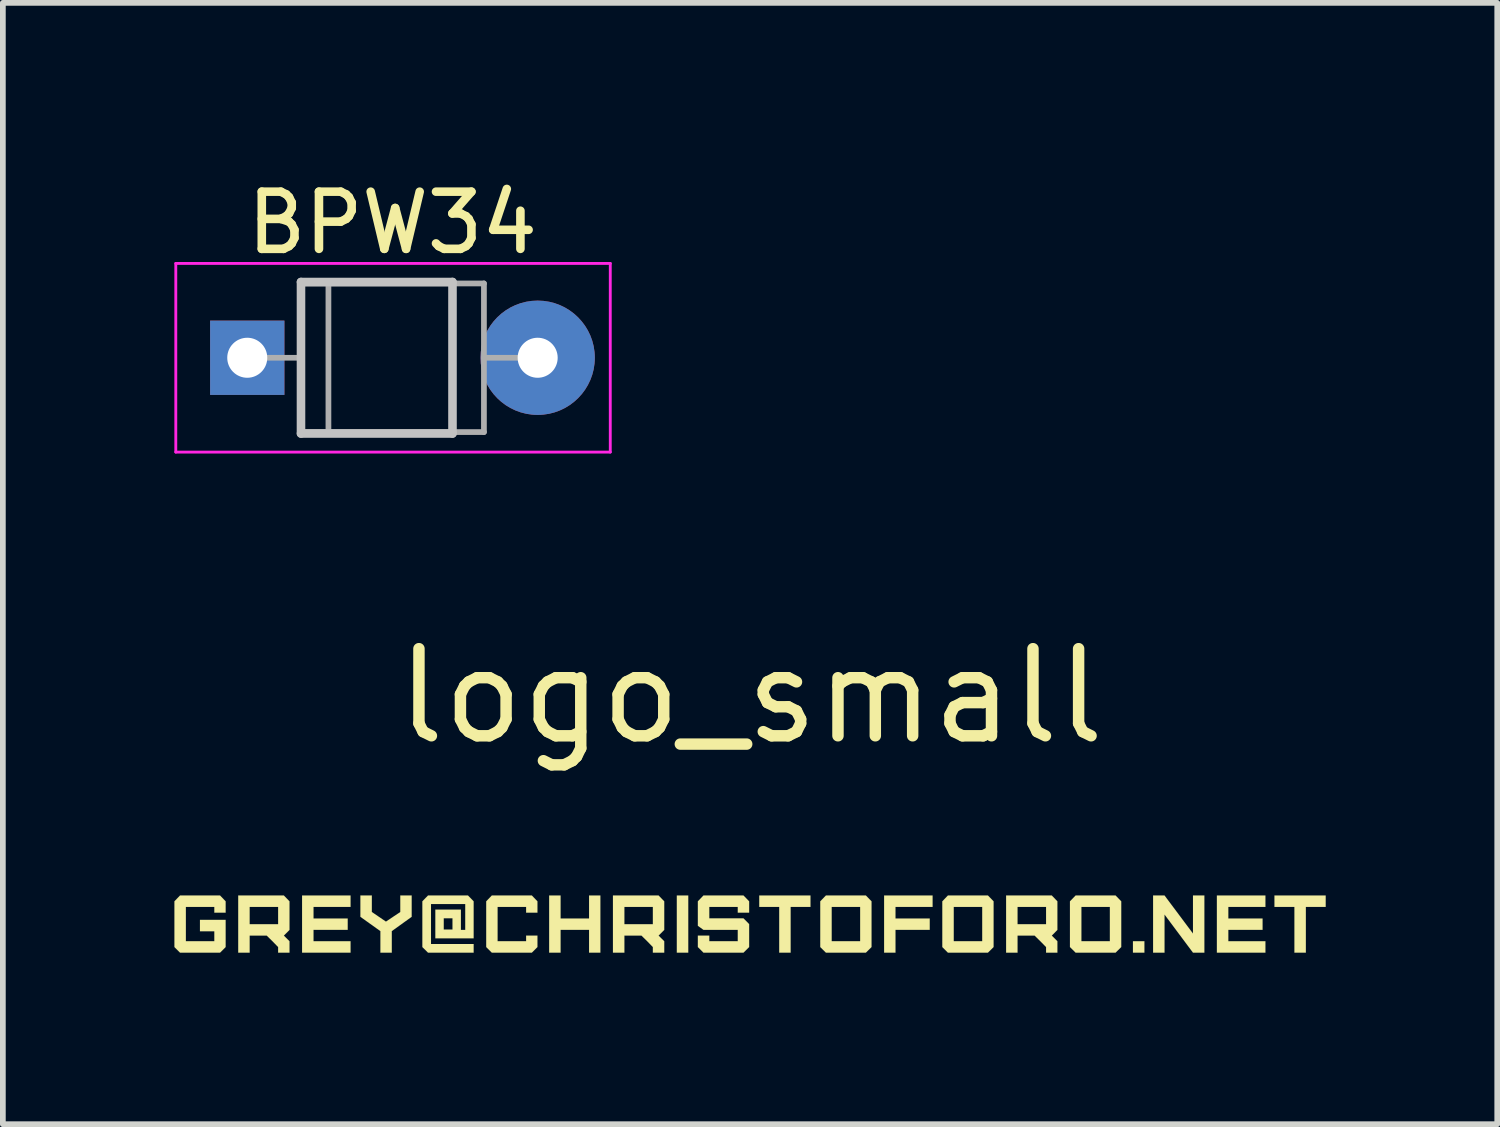
<source format=kicad_pcb>
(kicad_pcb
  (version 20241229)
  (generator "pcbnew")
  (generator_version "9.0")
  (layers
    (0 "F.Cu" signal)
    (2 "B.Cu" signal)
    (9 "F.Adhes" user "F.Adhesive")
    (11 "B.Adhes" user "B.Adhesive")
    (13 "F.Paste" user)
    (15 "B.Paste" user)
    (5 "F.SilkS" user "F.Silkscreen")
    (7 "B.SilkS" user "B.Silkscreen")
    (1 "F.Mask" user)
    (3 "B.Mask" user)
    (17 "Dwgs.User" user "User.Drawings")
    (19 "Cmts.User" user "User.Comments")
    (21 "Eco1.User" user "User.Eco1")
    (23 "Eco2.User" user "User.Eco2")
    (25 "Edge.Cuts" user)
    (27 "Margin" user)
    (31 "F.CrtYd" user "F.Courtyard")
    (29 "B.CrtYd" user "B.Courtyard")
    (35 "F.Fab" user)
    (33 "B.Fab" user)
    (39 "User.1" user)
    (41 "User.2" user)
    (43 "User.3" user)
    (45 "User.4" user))
  (footprint "logo_small"
    (layer "F.Cu")
    (at 10.084 13.126)
    (property "Reference" "logo_small" (at 0 -4 0) (layer "F.SilkS") (effects (font (size 1.524 1.524) (thickness 0.2))))
    (attr through_hole)
    (fp_poly (pts (xy -1.295 -0.512) (xy -1.295 0.488) (xy -1.095 0.488) (xy -1.095 -0.512)) (stroke (width 0.001) (type solid)) (fill yes) (layer "F.SilkS"))
    (fp_poly (pts (xy 6.884 0.288) (xy 6.684 0.288) (xy 6.684 0.488) (xy 6.884 0.488)) (stroke (width 0.001) (type solid)) (fill yes) (layer "F.SilkS"))
    (fp_poly (pts (xy 1.043 -0.512) (xy 0.147 -0.512) (xy 0.147 -0.312) (xy 0.496 -0.312) (xy 0.496 0.488) (xy 0.696 0.488) (xy 0.696 -0.312) (xy 1.043 -0.312)) (stroke (width 0.001) (type solid)) (fill yes) (layer "F.SilkS"))
    (fp_poly (pts (xy 10.055 -0.512) (xy 9.159 -0.512) (xy 9.159 -0.312) (xy 9.508 -0.312) (xy 9.508 0.488) (xy 9.708 0.488) (xy 9.708 -0.312) (xy 10.055 -0.312)) (stroke (width 0.001) (type solid)) (fill yes) (layer "F.SilkS"))
    (fp_poly (pts (xy 2.331 -0.512) (xy 2.331 0.488) (xy 2.53 0.488) (xy 2.53 0.089) (xy 3.129 0.089) (xy 3.129 -0.11) (xy 2.53 -0.11) (xy 2.53 -0.312) (xy 3.179 -0.312) (xy 3.179 -0.512)) (stroke (width 0.001) (type solid)) (fill yes) (layer "F.SilkS"))
    (fp_poly (pts (xy 7.236 -0.512) (xy 7.036 -0.512) (xy 7.036 0.488) (xy 7.236 0.488) (xy 7.236 -0.179) (xy 7.734 0.488) (xy 7.933 0.488) (xy 7.933 -0.512) (xy 7.734 -0.512) (xy 7.734 0.154)) (stroke (width 0.001) (type solid)) (fill yes) (layer "F.SilkS"))
    (fp_poly (pts (xy -7.65 0.089) (xy -7.052 0.089) (xy -7.052 -0.11) (xy -7.65 -0.11) (xy -7.65 -0.312) (xy -7.002 -0.312) (xy -7.002 -0.512) (xy -7.85 -0.512) (xy -7.85 0.488) (xy -7.002 0.488) (xy -7.002 0.288) (xy -7.65 0.288)) (stroke (width 0.001) (type solid)) (fill yes) (layer "F.SilkS"))
    (fp_poly (pts (xy -3.328 -0.512) (xy -3.528 -0.512) (xy -3.528 0.488) (xy -3.328 0.488) (xy -3.328 0.089) (xy -2.83 0.089) (xy -2.83 0.488) (xy -2.632 0.488) (xy -2.632 -0.512) (xy -2.83 -0.512) (xy -2.83 -0.11) (xy -3.328 -0.11)) (stroke (width 0.001) (type solid)) (fill yes) (layer "F.SilkS"))
    (fp_poly (pts (xy 9.001 -0.512) (xy 8.152 -0.512) (xy 8.152 0.488) (xy 9.001 0.488) (xy 9.001 0.288) (xy 8.352 0.288) (xy 8.352 0.089) (xy 8.951 0.089) (xy 8.951 -0.11) (xy 8.352 -0.11) (xy 8.352 -0.312) (xy 9.001 -0.312)) (stroke (width 0.001) (type solid)) (fill yes) (layer "F.SilkS"))
    (fp_poly (pts (xy -6.132 -0.223) (xy -6.383 -0.055) (xy -6.63 -0.223) (xy -6.63 -0.512) (xy -6.83 -0.512) (xy -6.83 -0.139) (xy -6.48 0.111) (xy -6.48 0.488) (xy -6.281 0.488) (xy -6.281 0.111) (xy -5.933 -0.139) (xy -5.933 -0.512) (xy -6.132 -0.512)) (stroke (width 0.001) (type solid)) (fill yes) (layer "F.SilkS"))
    (fp_poly (pts (xy 1.214 -0.41) (xy 1.414 -0.312) (xy 1.912 -0.312) (xy 1.912 0.288) (xy 1.414 0.288) (xy 1.414 -0.312) (xy 1.214 -0.41) (xy 1.214 0.39) (xy 1.313 0.488) (xy 2.012 0.488) (xy 2.111 0.39) (xy 2.111 -0.41) (xy 2.012 -0.512) (xy 1.313 -0.512)) (stroke (width 0.001) (type solid)) (fill yes) (layer "F.SilkS"))
    (fp_poly (pts (xy 4.147 -0.512) (xy 3.447 -0.512) (xy 3.349 -0.41) (xy 3.549 -0.312) (xy 4.047 -0.312) (xy 4.047 0.288) (xy 3.549 0.288) (xy 3.549 -0.312) (xy 3.349 -0.41) (xy 3.349 0.39) (xy 3.447 0.488) (xy 4.147 0.488) (xy 4.246 0.39) (xy 4.246 -0.41)) (stroke (width 0.001) (type solid)) (fill yes) (layer "F.SilkS"))
    (fp_poly (pts (xy 5.681 0.488) (xy 6.38 0.488) (xy 6.28 0.288) (xy 5.782 0.288) (xy 5.782 -0.312) (xy 6.28 -0.312) (xy 6.28 0.288) (xy 6.38 0.488) (xy 6.479 0.39) (xy 6.479 -0.41) (xy 6.38 -0.512) (xy 5.681 -0.512) (xy 5.582 -0.41) (xy 5.582 0.39)) (stroke (width 0.001) (type solid)) (fill yes) (layer "F.SilkS"))
    (fp_poly (pts (xy -4.43 -0.312) (xy -3.931 -0.312) (xy -3.931 -0.212) (xy -3.733 -0.212) (xy -3.733 -0.41) (xy -3.831 -0.512) (xy -4.531 -0.512) (xy -4.629 -0.41) (xy -4.629 0.39) (xy -4.531 0.488) (xy -3.831 0.488) (xy -3.733 0.39) (xy -3.733 0.19) (xy -3.931 0.19) (xy -3.931 0.288) (xy -4.43 0.288)) (stroke (width 0.001) (type solid)) (fill yes) (layer "F.SilkS"))
    (fp_poly (pts (xy -10.083 0.39) (xy -9.985 0.488) (xy -9.285 0.488) (xy -9.187 0.39) (xy -9.187 -0.085) (xy -9.636 -0.085) (xy -9.636 0.115) (xy -9.385 0.115) (xy -9.385 0.288) (xy -9.883 0.288) (xy -9.883 -0.312) (xy -9.385 -0.312) (xy -9.385 -0.212) (xy -9.187 -0.212) (xy -9.187 -0.41) (xy -9.285 -0.512) (xy -9.985 -0.512) (xy -10.083 -0.41)) (stroke (width 0.001) (type solid)) (fill yes) (layer "F.SilkS"))
    (fp_poly (pts (xy -8.767 0.488) (xy -8.767 -0.01) (xy -8.767 -0.312) (xy -8.269 -0.312) (xy -8.269 -0.01) (xy -8.767 -0.01) (xy -8.767 0.488) (xy -8.767 0.19) (xy -8.468 0.19) (xy -8.368 0.288) (xy -8.269 0.39) (xy -8.269 0.488) (xy -8.07 0.488) (xy -8.07 0.288) (xy -8.169 0.19) (xy -8.07 0.09) (xy -8.07 -0.41) (xy -8.169 -0.512) (xy -8.967 -0.512) (xy -8.967 0.488)) (stroke (width 0.001) (type solid)) (fill yes) (layer "F.SilkS"))
    (fp_poly (pts (xy -2.212 0.19) (xy -2.212 -0.312) (xy -1.714 -0.312) (xy -1.714 -0.01) (xy -2.212 -0.01) (xy -2.212 -0.312) (xy -2.212 0.19) (xy -1.913 0.19) (xy -1.813 0.288) (xy -1.714 0.39) (xy -1.714 0.488) (xy -1.515 0.488) (xy -1.515 0.288) (xy -1.614 0.19) (xy -1.515 0.09) (xy -1.515 -0.41) (xy -1.614 -0.512) (xy -2.412 -0.512) (xy -2.412 0.488) (xy -2.212 0.488)) (stroke (width 0.001) (type solid)) (fill yes) (layer "F.SilkS"))
    (fp_poly (pts (xy 4.465 -0.512) (xy 4.465 0.488) (xy 4.665 0.488) (xy 4.665 -0.312) (xy 5.164 -0.312) (xy 5.164 -0.01) (xy 4.665 -0.01) (xy 4.665 -0.312) (xy 4.665 0.488) (xy 4.665 0.19) (xy 4.964 0.19) (xy 5.064 0.288) (xy 5.164 0.39) (xy 5.164 0.488) (xy 5.362 0.488) (xy 5.362 0.288) (xy 5.264 0.19) (xy 5.362 0.09) (xy 5.362 -0.41) (xy 5.264 -0.512)) (stroke (width 0.001) (type solid)) (fill yes) (layer "F.SilkS"))
    (fp_poly (pts (xy -0.03 -0.41) (xy -0.129 -0.512) (xy -0.829 -0.512) (xy -0.927 -0.41) (xy -0.927 0.018) (xy -0.829 0.089) (xy -0.229 0.089) (xy -0.229 0.288) (xy -0.727 0.288) (xy -0.727 0.19) (xy -0.927 0.19) (xy -0.927 0.39) (xy -0.829 0.488) (xy -0.129 0.488) (xy -0.03 0.39) (xy -0.03 -0.012) (xy -0.129 -0.112) (xy -0.727 -0.112) (xy -0.727 -0.312) (xy -0.229 -0.312) (xy -0.229 -0.212) (xy -0.03 -0.212)) (stroke (width 0.001) (type solid)) (fill yes) (layer "F.SilkS"))
    (fp_poly (pts (xy -5.647 0.488) (xy -4.849 0.488) (xy -4.849 0.337) (xy -5.595 0.337) (xy -5.595 -0.363) (xy -4.996 -0.363) (xy -4.996 0.09) (xy -5.072 0.09) (xy -5.219 0.084) (xy -5.372 0.084) (xy -5.372 -0.114) (xy -5.219 -0.114) (xy -5.219 0.084) (xy -5.072 0.09) (xy -5.072 -0.265) (xy -5.519 -0.265) (xy -5.519 0.237) (xy -4.849 0.237) (xy -4.849 -0.41) (xy -4.948 -0.512) (xy -5.647 -0.512) (xy -5.746 -0.41) (xy -5.746 0.39)) (stroke (width 0.001) (type solid)) (fill yes) (layer "F.SilkS")))
  (footprint "BPW34"
    (layer "F.Cu")
    (at 1.275 3.208)
    (property "Reference" "BPW34" (at 2.54 -2.36 0) (layer "F.SilkS") (effects (font (size 1 1) (thickness 0.15))))
    (attr through_hole)
    (fp_line (start 0.94 -1.325) (end 0.94 1.325) (stroke (width 0.15) (type solid)) (layer "Dwgs.User"))
    (fp_line (start 0.94 -1.325) (end 3.59 -1.325) (stroke (width 0.15) (type solid)) (layer "Dwgs.User"))
    (fp_line (start 0.94 1.325) (end 3.59 1.325) (stroke (width 0.15) (type solid)) (layer "Dwgs.User"))
    (fp_line (start 3.59 -1.325) (end 3.59 1.325) (stroke (width 0.15) (type solid)) (layer "Dwgs.User"))
    (fp_line (start -1.25 -1.65) (end -1.25 1.65) (stroke (width 0.05) (type solid)) (layer "F.CrtYd"))
    (fp_line (start -1.25 1.65) (end 6.35 1.65) (stroke (width 0.05) (type solid)) (layer "F.CrtYd"))
    (fp_line (start 6.35 -1.65) (end -1.25 -1.65) (stroke (width 0.05) (type solid)) (layer "F.CrtYd"))
    (fp_line (start 6.35 1.65) (end 6.35 -1.65) (stroke (width 0.05) (type solid)) (layer "F.CrtYd"))
    (fp_line (start 0 0) (end 0.94 0) (stroke (width 0.1) (type solid)) (layer "F.Fab"))
    (fp_line (start 0.94 -1.3) (end 0.94 1.3) (stroke (width 0.1) (type solid)) (layer "F.Fab"))
    (fp_line (start 0.94 1.3) (end 4.14 1.3) (stroke (width 0.1) (type solid)) (layer "F.Fab"))
    (fp_line (start 1.42 -1.3) (end 1.42 1.3) (stroke (width 0.1) (type solid)) (layer "F.Fab"))
    (fp_line (start 4.14 -1.3) (end 0.94 -1.3) (stroke (width 0.1) (type solid)) (layer "F.Fab"))
    (fp_line (start 4.14 1.3) (end 4.14 -1.3) (stroke (width 0.1) (type solid)) (layer "F.Fab"))
    (fp_line (start 5.08 0) (end 4.14 0) (stroke (width 0.1) (type solid)) (layer "F.Fab"))
    (pad "1" thru_hole rect (at 0 0) (size 1.3 1.3) (drill 0.7) (layers "*.Cu" "*.Mask"))
    (pad "2" thru_hole oval (at 5.08 0) (size 2 2) (drill 0.7) (layers "*.Cu" "*.Mask")))
  (gr_rect
    (start -3 -3)
    (end 23.14 16.615)
    (stroke (width 0.1) (type default))
    (fill no)
    (layer "Edge.Cuts")))
</source>
